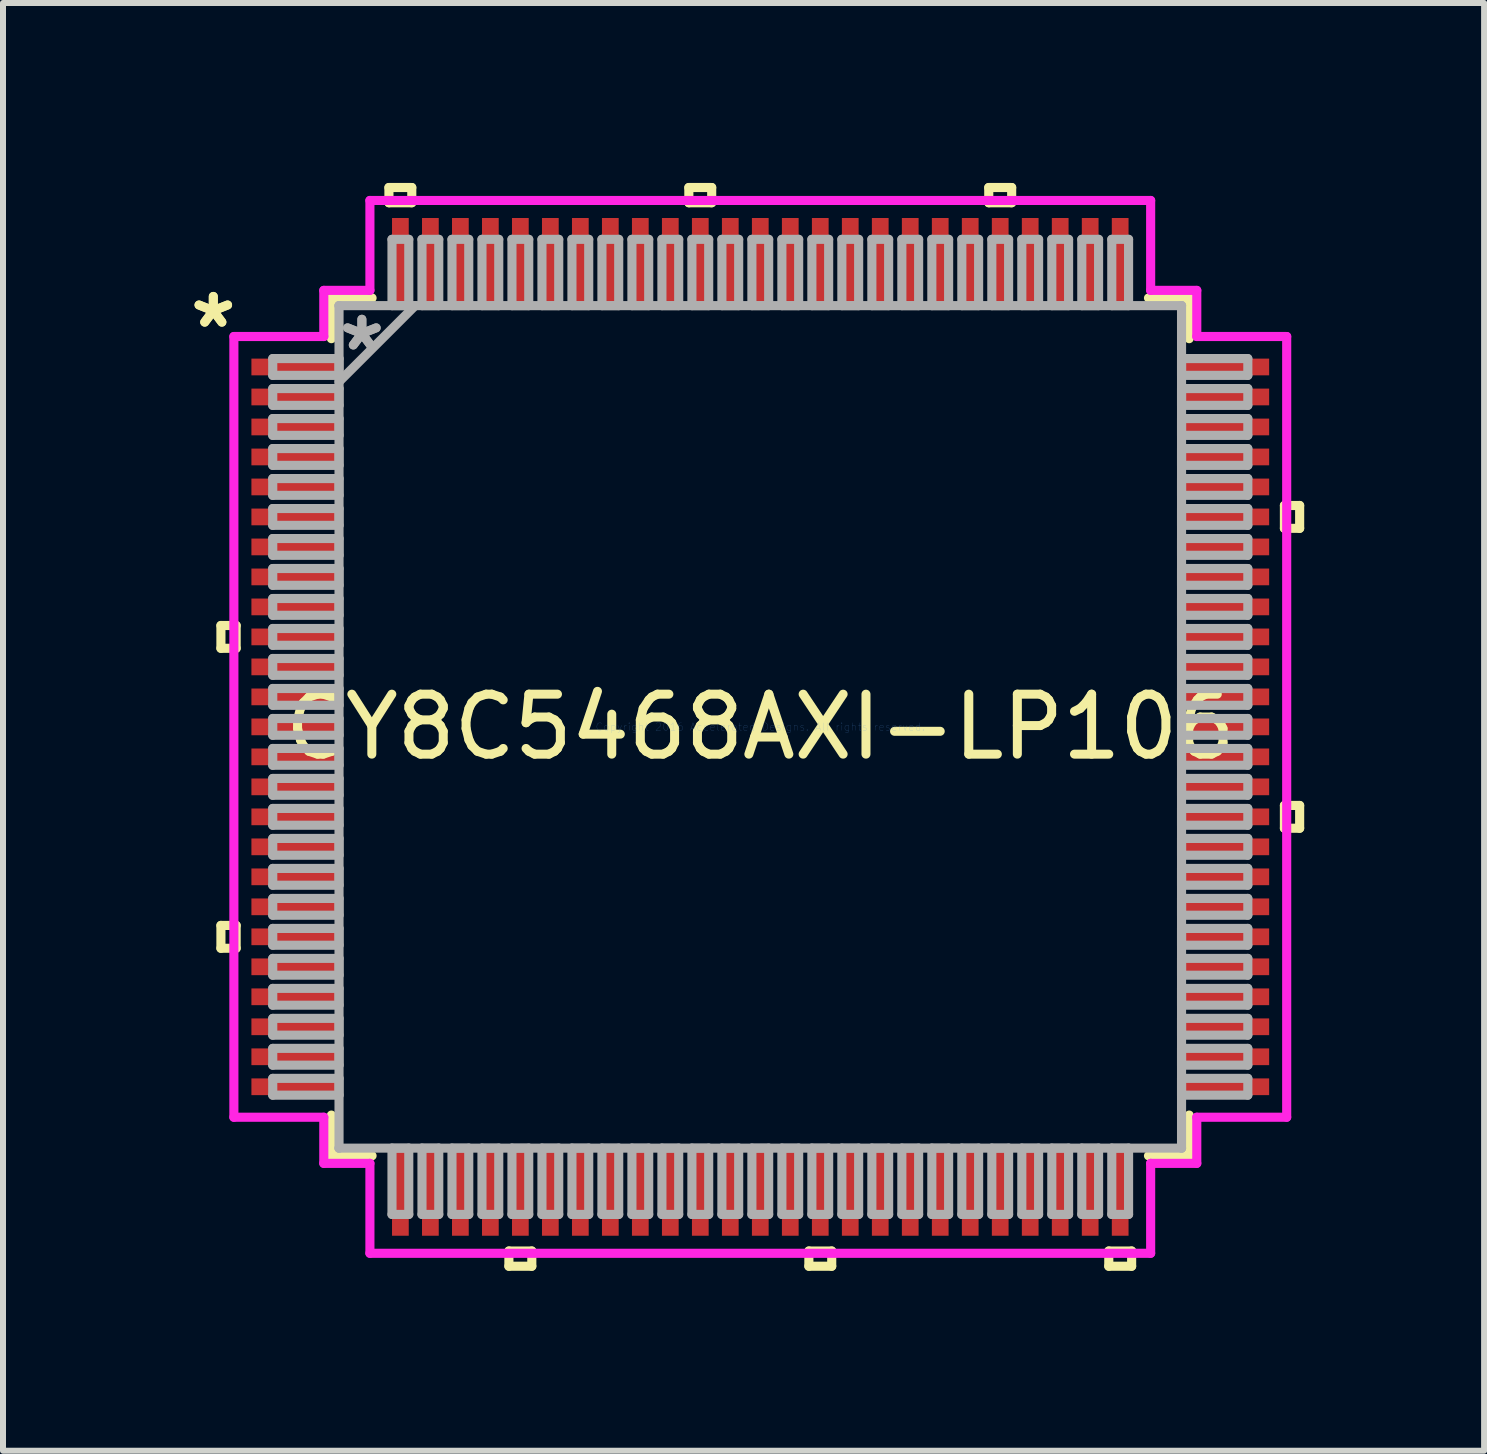
<source format=kicad_pcb>
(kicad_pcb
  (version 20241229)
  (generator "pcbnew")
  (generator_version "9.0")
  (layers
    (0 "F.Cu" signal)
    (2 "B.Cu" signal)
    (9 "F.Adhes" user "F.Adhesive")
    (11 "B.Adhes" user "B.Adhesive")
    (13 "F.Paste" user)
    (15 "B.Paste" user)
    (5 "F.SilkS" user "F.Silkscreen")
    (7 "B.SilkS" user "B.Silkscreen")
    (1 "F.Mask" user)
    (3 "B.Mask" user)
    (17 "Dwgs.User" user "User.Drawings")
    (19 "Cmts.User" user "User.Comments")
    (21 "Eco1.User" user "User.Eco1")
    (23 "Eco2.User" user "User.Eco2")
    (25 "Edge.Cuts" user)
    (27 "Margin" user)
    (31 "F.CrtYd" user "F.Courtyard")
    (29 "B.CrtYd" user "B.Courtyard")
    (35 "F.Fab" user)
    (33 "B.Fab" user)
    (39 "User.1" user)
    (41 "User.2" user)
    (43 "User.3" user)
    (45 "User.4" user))
  (footprint "CY8C5468AXI-LP106"
    (layer "F.Cu")
    (at 9.625 9.068)
    (property "Reference" "CY8C5468AXI-LP106" (at 0 0 0) (layer "F.SilkS") (effects (font (size 1 1) (thickness 0.15))))
    (attr through_hole)
    (fp_line (start -8.992 -1.69) (end -8.992 -1.31) (stroke (width 0.152) (type solid)) (layer "F.SilkS"))
    (fp_line (start -8.992 -1.31) (end -8.738 -1.31) (stroke (width 0.152) (type solid)) (layer "F.SilkS"))
    (fp_line (start -8.992 3.31) (end -8.992 3.691) (stroke (width 0.152) (type solid)) (layer "F.SilkS"))
    (fp_line (start -8.992 3.691) (end -8.738 3.691) (stroke (width 0.152) (type solid)) (layer "F.SilkS"))
    (fp_line (start -8.738 -1.69) (end -8.992 -1.69) (stroke (width 0.152) (type solid)) (layer "F.SilkS"))
    (fp_line (start -8.738 -1.31) (end -8.738 -1.69) (stroke (width 0.152) (type solid)) (layer "F.SilkS"))
    (fp_line (start -8.738 3.31) (end -8.992 3.31) (stroke (width 0.152) (type solid)) (layer "F.SilkS"))
    (fp_line (start -8.738 3.691) (end -8.738 3.31) (stroke (width 0.152) (type solid)) (layer "F.SilkS"))
    (fp_line (start -7.15 -7.15) (end -7.15 -6.472) (stroke (width 0.152) (type solid)) (layer "F.SilkS"))
    (fp_line (start -7.15 6.472) (end -7.15 7.15) (stroke (width 0.152) (type solid)) (layer "F.SilkS"))
    (fp_line (start -7.15 7.15) (end -6.472 7.15) (stroke (width 0.152) (type solid)) (layer "F.SilkS"))
    (fp_line (start -6.472 -7.15) (end -7.15 -7.15) (stroke (width 0.152) (type solid)) (layer "F.SilkS"))
    (fp_line (start -6.191 -8.992) (end -5.81 -8.992) (stroke (width 0.152) (type solid)) (layer "F.SilkS"))
    (fp_line (start -6.191 -8.738) (end -6.191 -8.992) (stroke (width 0.152) (type solid)) (layer "F.SilkS"))
    (fp_line (start -5.81 -8.992) (end -5.81 -8.738) (stroke (width 0.152) (type solid)) (layer "F.SilkS"))
    (fp_line (start -5.81 -8.738) (end -6.191 -8.738) (stroke (width 0.152) (type solid)) (layer "F.SilkS"))
    (fp_line (start -4.191 8.738) (end -4.191 8.992) (stroke (width 0.152) (type solid)) (layer "F.SilkS"))
    (fp_line (start -4.191 8.992) (end -3.809 8.992) (stroke (width 0.152) (type solid)) (layer "F.SilkS"))
    (fp_line (start -3.809 8.738) (end -4.191 8.738) (stroke (width 0.152) (type solid)) (layer "F.SilkS"))
    (fp_line (start -3.809 8.992) (end -3.809 8.738) (stroke (width 0.152) (type solid)) (layer "F.SilkS"))
    (fp_line (start -1.191 -8.992) (end -0.81 -8.992) (stroke (width 0.152) (type solid)) (layer "F.SilkS"))
    (fp_line (start -1.191 -8.738) (end -1.191 -8.992) (stroke (width 0.152) (type solid)) (layer "F.SilkS"))
    (fp_line (start -0.81 -8.992) (end -0.81 -8.738) (stroke (width 0.152) (type solid)) (layer "F.SilkS"))
    (fp_line (start -0.81 -8.738) (end -1.191 -8.738) (stroke (width 0.152) (type solid)) (layer "F.SilkS"))
    (fp_line (start 0.81 8.738) (end 0.81 8.992) (stroke (width 0.152) (type solid)) (layer "F.SilkS"))
    (fp_line (start 0.81 8.992) (end 1.191 8.992) (stroke (width 0.152) (type solid)) (layer "F.SilkS"))
    (fp_line (start 1.191 8.738) (end 0.81 8.738) (stroke (width 0.152) (type solid)) (layer "F.SilkS"))
    (fp_line (start 1.191 8.992) (end 1.191 8.738) (stroke (width 0.152) (type solid)) (layer "F.SilkS"))
    (fp_line (start 3.809 -8.992) (end 4.191 -8.992) (stroke (width 0.152) (type solid)) (layer "F.SilkS"))
    (fp_line (start 3.809 -8.738) (end 3.809 -8.992) (stroke (width 0.152) (type solid)) (layer "F.SilkS"))
    (fp_line (start 4.191 -8.992) (end 4.191 -8.738) (stroke (width 0.152) (type solid)) (layer "F.SilkS"))
    (fp_line (start 4.191 -8.738) (end 3.809 -8.738) (stroke (width 0.152) (type solid)) (layer "F.SilkS"))
    (fp_line (start 5.81 8.738) (end 5.81 8.992) (stroke (width 0.152) (type solid)) (layer "F.SilkS"))
    (fp_line (start 5.81 8.992) (end 6.191 8.992) (stroke (width 0.152) (type solid)) (layer "F.SilkS"))
    (fp_line (start 6.191 8.738) (end 5.81 8.738) (stroke (width 0.152) (type solid)) (layer "F.SilkS"))
    (fp_line (start 6.191 8.992) (end 6.191 8.738) (stroke (width 0.152) (type solid)) (layer "F.SilkS"))
    (fp_line (start 6.472 7.15) (end 7.15 7.15) (stroke (width 0.152) (type solid)) (layer "F.SilkS"))
    (fp_line (start 7.15 -7.15) (end 6.472 -7.15) (stroke (width 0.152) (type solid)) (layer "F.SilkS"))
    (fp_line (start 7.15 -6.472) (end 7.15 -7.15) (stroke (width 0.152) (type solid)) (layer "F.SilkS"))
    (fp_line (start 7.15 7.15) (end 7.15 6.472) (stroke (width 0.152) (type solid)) (layer "F.SilkS"))
    (fp_line (start 8.738 -3.691) (end 8.992 -3.691) (stroke (width 0.152) (type solid)) (layer "F.SilkS"))
    (fp_line (start 8.738 -3.31) (end 8.738 -3.691) (stroke (width 0.152) (type solid)) (layer "F.SilkS"))
    (fp_line (start 8.738 1.31) (end 8.992 1.31) (stroke (width 0.152) (type solid)) (layer "F.SilkS"))
    (fp_line (start 8.738 1.69) (end 8.738 1.31) (stroke (width 0.152) (type solid)) (layer "F.SilkS"))
    (fp_line (start 8.992 -3.691) (end 8.992 -3.31) (stroke (width 0.152) (type solid)) (layer "F.SilkS"))
    (fp_line (start 8.992 -3.31) (end 8.738 -3.31) (stroke (width 0.152) (type solid)) (layer "F.SilkS"))
    (fp_line (start 8.992 1.31) (end 8.992 1.69) (stroke (width 0.152) (type solid)) (layer "F.SilkS"))
    (fp_line (start 8.992 1.69) (end 8.738 1.69) (stroke (width 0.152) (type solid)) (layer "F.SilkS"))
    (fp_line (start -8.776 -6.508) (end -7.277 -6.508) (stroke (width 0.152) (type solid)) (layer "F.CrtYd"))
    (fp_line (start -8.776 6.508) (end -8.776 -6.508) (stroke (width 0.152) (type solid)) (layer "F.CrtYd"))
    (fp_line (start -7.277 -7.277) (end -6.508 -7.277) (stroke (width 0.152) (type solid)) (layer "F.CrtYd"))
    (fp_line (start -7.277 -6.508) (end -7.277 -7.277) (stroke (width 0.152) (type solid)) (layer "F.CrtYd"))
    (fp_line (start -7.277 6.508) (end -8.776 6.508) (stroke (width 0.152) (type solid)) (layer "F.CrtYd"))
    (fp_line (start -7.277 7.277) (end -7.277 6.508) (stroke (width 0.152) (type solid)) (layer "F.CrtYd"))
    (fp_line (start -6.508 -8.776) (end 6.508 -8.776) (stroke (width 0.152) (type solid)) (layer "F.CrtYd"))
    (fp_line (start -6.508 -7.277) (end -6.508 -8.776) (stroke (width 0.152) (type solid)) (layer "F.CrtYd"))
    (fp_line (start -6.508 7.277) (end -7.277 7.277) (stroke (width 0.152) (type solid)) (layer "F.CrtYd"))
    (fp_line (start -6.508 8.776) (end -6.508 7.277) (stroke (width 0.152) (type solid)) (layer "F.CrtYd"))
    (fp_line (start 6.508 -8.776) (end 6.508 -7.277) (stroke (width 0.152) (type solid)) (layer "F.CrtYd"))
    (fp_line (start 6.508 -7.277) (end 7.277 -7.277) (stroke (width 0.152) (type solid)) (layer "F.CrtYd"))
    (fp_line (start 6.508 7.277) (end 6.508 8.776) (stroke (width 0.152) (type solid)) (layer "F.CrtYd"))
    (fp_line (start 6.508 8.776) (end -6.508 8.776) (stroke (width 0.152) (type solid)) (layer "F.CrtYd"))
    (fp_line (start 7.277 -7.277) (end 7.277 -6.508) (stroke (width 0.152) (type solid)) (layer "F.CrtYd"))
    (fp_line (start 7.277 -6.508) (end 8.776 -6.508) (stroke (width 0.152) (type solid)) (layer "F.CrtYd"))
    (fp_line (start 7.277 6.508) (end 7.277 7.277) (stroke (width 0.152) (type solid)) (layer "F.CrtYd"))
    (fp_line (start 7.277 7.277) (end 6.508 7.277) (stroke (width 0.152) (type solid)) (layer "F.CrtYd"))
    (fp_line (start 8.776 -6.508) (end 8.776 6.508) (stroke (width 0.152) (type solid)) (layer "F.CrtYd"))
    (fp_line (start 8.776 6.508) (end 7.277 6.508) (stroke (width 0.152) (type solid)) (layer "F.CrtYd"))
    (fp_line (start -8.128 -6.14) (end -8.128 -5.86) (stroke (width 0.152) (type solid)) (layer "F.Fab"))
    (fp_line (start -8.128 -5.86) (end -7.023 -5.86) (stroke (width 0.152) (type solid)) (layer "F.Fab"))
    (fp_line (start -8.128 -5.64) (end -8.128 -5.36) (stroke (width 0.152) (type solid)) (layer "F.Fab"))
    (fp_line (start -8.128 -5.36) (end -7.023 -5.36) (stroke (width 0.152) (type solid)) (layer "F.Fab"))
    (fp_line (start -8.128 -5.14) (end -8.128 -4.86) (stroke (width 0.152) (type solid)) (layer "F.Fab"))
    (fp_line (start -8.128 -4.86) (end -7.023 -4.86) (stroke (width 0.152) (type solid)) (layer "F.Fab"))
    (fp_line (start -8.128 -4.64) (end -8.128 -4.36) (stroke (width 0.152) (type solid)) (layer "F.Fab"))
    (fp_line (start -8.128 -4.36) (end -7.023 -4.36) (stroke (width 0.152) (type solid)) (layer "F.Fab"))
    (fp_line (start -8.128 -4.14) (end -8.128 -3.86) (stroke (width 0.152) (type solid)) (layer "F.Fab"))
    (fp_line (start -8.128 -3.86) (end -7.023 -3.86) (stroke (width 0.152) (type solid)) (layer "F.Fab"))
    (fp_line (start -8.128 -3.64) (end -8.128 -3.36) (stroke (width 0.152) (type solid)) (layer "F.Fab"))
    (fp_line (start -8.128 -3.36) (end -7.023 -3.36) (stroke (width 0.152) (type solid)) (layer "F.Fab"))
    (fp_line (start -8.128 -3.14) (end -8.128 -2.86) (stroke (width 0.152) (type solid)) (layer "F.Fab"))
    (fp_line (start -8.128 -2.86) (end -7.023 -2.86) (stroke (width 0.152) (type solid)) (layer "F.Fab"))
    (fp_line (start -8.128 -2.64) (end -8.128 -2.36) (stroke (width 0.152) (type solid)) (layer "F.Fab"))
    (fp_line (start -8.128 -2.36) (end -7.023 -2.36) (stroke (width 0.152) (type solid)) (layer "F.Fab"))
    (fp_line (start -8.128 -2.14) (end -8.128 -1.86) (stroke (width 0.152) (type solid)) (layer "F.Fab"))
    (fp_line (start -8.128 -1.86) (end -7.023 -1.86) (stroke (width 0.152) (type solid)) (layer "F.Fab"))
    (fp_line (start -8.128 -1.64) (end -8.128 -1.36) (stroke (width 0.152) (type solid)) (layer "F.Fab"))
    (fp_line (start -8.128 -1.36) (end -7.023 -1.36) (stroke (width 0.152) (type solid)) (layer "F.Fab"))
    (fp_line (start -8.128 -1.14) (end -8.128 -0.86) (stroke (width 0.152) (type solid)) (layer "F.Fab"))
    (fp_line (start -8.128 -0.86) (end -7.023 -0.86) (stroke (width 0.152) (type solid)) (layer "F.Fab"))
    (fp_line (start -8.128 -0.64) (end -8.128 -0.36) (stroke (width 0.152) (type solid)) (layer "F.Fab"))
    (fp_line (start -8.128 -0.36) (end -7.023 -0.36) (stroke (width 0.152) (type solid)) (layer "F.Fab"))
    (fp_line (start -8.128 -0.14) (end -8.128 0.14) (stroke (width 0.152) (type solid)) (layer "F.Fab"))
    (fp_line (start -8.128 0.14) (end -7.023 0.14) (stroke (width 0.152) (type solid)) (layer "F.Fab"))
    (fp_line (start -8.128 0.36) (end -8.128 0.64) (stroke (width 0.152) (type solid)) (layer "F.Fab"))
    (fp_line (start -8.128 0.64) (end -7.023 0.64) (stroke (width 0.152) (type solid)) (layer "F.Fab"))
    (fp_line (start -8.128 0.86) (end -8.128 1.14) (stroke (width 0.152) (type solid)) (layer "F.Fab"))
    (fp_line (start -8.128 1.14) (end -7.023 1.14) (stroke (width 0.152) (type solid)) (layer "F.Fab"))
    (fp_line (start -8.128 1.36) (end -8.128 1.64) (stroke (width 0.152) (type solid)) (layer "F.Fab"))
    (fp_line (start -8.128 1.64) (end -7.023 1.64) (stroke (width 0.152) (type solid)) (layer "F.Fab"))
    (fp_line (start -8.128 1.86) (end -8.128 2.14) (stroke (width 0.152) (type solid)) (layer "F.Fab"))
    (fp_line (start -8.128 2.14) (end -7.023 2.14) (stroke (width 0.152) (type solid)) (layer "F.Fab"))
    (fp_line (start -8.128 2.36) (end -8.128 2.64) (stroke (width 0.152) (type solid)) (layer "F.Fab"))
    (fp_line (start -8.128 2.64) (end -7.023 2.64) (stroke (width 0.152) (type solid)) (layer "F.Fab"))
    (fp_line (start -8.128 2.86) (end -8.128 3.14) (stroke (width 0.152) (type solid)) (layer "F.Fab"))
    (fp_line (start -8.128 3.14) (end -7.023 3.14) (stroke (width 0.152) (type solid)) (layer "F.Fab"))
    (fp_line (start -8.128 3.36) (end -8.128 3.64) (stroke (width 0.152) (type solid)) (layer "F.Fab"))
    (fp_line (start -8.128 3.64) (end -7.023 3.64) (stroke (width 0.152) (type solid)) (layer "F.Fab"))
    (fp_line (start -8.128 3.86) (end -8.128 4.14) (stroke (width 0.152) (type solid)) (layer "F.Fab"))
    (fp_line (start -8.128 4.14) (end -7.023 4.14) (stroke (width 0.152) (type solid)) (layer "F.Fab"))
    (fp_line (start -8.128 4.36) (end -8.128 4.64) (stroke (width 0.152) (type solid)) (layer "F.Fab"))
    (fp_line (start -8.128 4.64) (end -7.023 4.64) (stroke (width 0.152) (type solid)) (layer "F.Fab"))
    (fp_line (start -8.128 4.86) (end -8.128 5.14) (stroke (width 0.152) (type solid)) (layer "F.Fab"))
    (fp_line (start -8.128 5.14) (end -7.023 5.14) (stroke (width 0.152) (type solid)) (layer "F.Fab"))
    (fp_line (start -8.128 5.36) (end -8.128 5.64) (stroke (width 0.152) (type solid)) (layer "F.Fab"))
    (fp_line (start -8.128 5.64) (end -7.023 5.64) (stroke (width 0.152) (type solid)) (layer "F.Fab"))
    (fp_line (start -8.128 5.86) (end -8.128 6.14) (stroke (width 0.152) (type solid)) (layer "F.Fab"))
    (fp_line (start -8.128 6.14) (end -7.023 6.14) (stroke (width 0.152) (type solid)) (layer "F.Fab"))
    (fp_line (start -7.023 -7.023) (end -7.023 -7.023) (stroke (width 0.152) (type solid)) (layer "F.Fab"))
    (fp_line (start -7.023 -7.023) (end -7.023 7.023) (stroke (width 0.152) (type solid)) (layer "F.Fab"))
    (fp_line (start -7.023 -6.14) (end -8.128 -6.14) (stroke (width 0.152) (type solid)) (layer "F.Fab"))
    (fp_line (start -7.023 -5.86) (end -7.023 -6.14) (stroke (width 0.152) (type solid)) (layer "F.Fab"))
    (fp_line (start -7.023 -5.753) (end -5.753 -7.023) (stroke (width 0.152) (type solid)) (layer "F.Fab"))
    (fp_line (start -7.023 -5.64) (end -8.128 -5.64) (stroke (width 0.152) (type solid)) (layer "F.Fab"))
    (fp_line (start -7.023 -5.36) (end -7.023 -5.64) (stroke (width 0.152) (type solid)) (layer "F.Fab"))
    (fp_line (start -7.023 -5.14) (end -8.128 -5.14) (stroke (width 0.152) (type solid)) (layer "F.Fab"))
    (fp_line (start -7.023 -4.86) (end -7.023 -5.14) (stroke (width 0.152) (type solid)) (layer "F.Fab"))
    (fp_line (start -7.023 -4.64) (end -8.128 -4.64) (stroke (width 0.152) (type solid)) (layer "F.Fab"))
    (fp_line (start -7.023 -4.36) (end -7.023 -4.64) (stroke (width 0.152) (type solid)) (layer "F.Fab"))
    (fp_line (start -7.023 -4.14) (end -8.128 -4.14) (stroke (width 0.152) (type solid)) (layer "F.Fab"))
    (fp_line (start -7.023 -3.86) (end -7.023 -4.14) (stroke (width 0.152) (type solid)) (layer "F.Fab"))
    (fp_line (start -7.023 -3.64) (end -8.128 -3.64) (stroke (width 0.152) (type solid)) (layer "F.Fab"))
    (fp_line (start -7.023 -3.36) (end -7.023 -3.64) (stroke (width 0.152) (type solid)) (layer "F.Fab"))
    (fp_line (start -7.023 -3.14) (end -8.128 -3.14) (stroke (width 0.152) (type solid)) (layer "F.Fab"))
    (fp_line (start -7.023 -2.86) (end -7.023 -3.14) (stroke (width 0.152) (type solid)) (layer "F.Fab"))
    (fp_line (start -7.023 -2.64) (end -8.128 -2.64) (stroke (width 0.152) (type solid)) (layer "F.Fab"))
    (fp_line (start -7.023 -2.36) (end -7.023 -2.64) (stroke (width 0.152) (type solid)) (layer "F.Fab"))
    (fp_line (start -7.023 -2.14) (end -8.128 -2.14) (stroke (width 0.152) (type solid)) (layer "F.Fab"))
    (fp_line (start -7.023 -1.86) (end -7.023 -2.14) (stroke (width 0.152) (type solid)) (layer "F.Fab"))
    (fp_line (start -7.023 -1.64) (end -8.128 -1.64) (stroke (width 0.152) (type solid)) (layer "F.Fab"))
    (fp_line (start -7.023 -1.36) (end -7.023 -1.64) (stroke (width 0.152) (type solid)) (layer "F.Fab"))
    (fp_line (start -7.023 -1.14) (end -8.128 -1.14) (stroke (width 0.152) (type solid)) (layer "F.Fab"))
    (fp_line (start -7.023 -0.86) (end -7.023 -1.14) (stroke (width 0.152) (type solid)) (layer "F.Fab"))
    (fp_line (start -7.023 -0.64) (end -8.128 -0.64) (stroke (width 0.152) (type solid)) (layer "F.Fab"))
    (fp_line (start -7.023 -0.36) (end -7.023 -0.64) (stroke (width 0.152) (type solid)) (layer "F.Fab"))
    (fp_line (start -7.023 -0.14) (end -8.128 -0.14) (stroke (width 0.152) (type solid)) (layer "F.Fab"))
    (fp_line (start -7.023 0.14) (end -7.023 -0.14) (stroke (width 0.152) (type solid)) (layer "F.Fab"))
    (fp_line (start -7.023 0.36) (end -8.128 0.36) (stroke (width 0.152) (type solid)) (layer "F.Fab"))
    (fp_line (start -7.023 0.64) (end -7.023 0.36) (stroke (width 0.152) (type solid)) (layer "F.Fab"))
    (fp_line (start -7.023 0.86) (end -8.128 0.86) (stroke (width 0.152) (type solid)) (layer "F.Fab"))
    (fp_line (start -7.023 1.14) (end -7.023 0.86) (stroke (width 0.152) (type solid)) (layer "F.Fab"))
    (fp_line (start -7.023 1.36) (end -8.128 1.36) (stroke (width 0.152) (type solid)) (layer "F.Fab"))
    (fp_line (start -7.023 1.64) (end -7.023 1.36) (stroke (width 0.152) (type solid)) (layer "F.Fab"))
    (fp_line (start -7.023 1.86) (end -8.128 1.86) (stroke (width 0.152) (type solid)) (layer "F.Fab"))
    (fp_line (start -7.023 2.14) (end -7.023 1.86) (stroke (width 0.152) (type solid)) (layer "F.Fab"))
    (fp_line (start -7.023 2.36) (end -8.128 2.36) (stroke (width 0.152) (type solid)) (layer "F.Fab"))
    (fp_line (start -7.023 2.64) (end -7.023 2.36) (stroke (width 0.152) (type solid)) (layer "F.Fab"))
    (fp_line (start -7.023 2.86) (end -8.128 2.86) (stroke (width 0.152) (type solid)) (layer "F.Fab"))
    (fp_line (start -7.023 3.14) (end -7.023 2.86) (stroke (width 0.152) (type solid)) (layer "F.Fab"))
    (fp_line (start -7.023 3.36) (end -8.128 3.36) (stroke (width 0.152) (type solid)) (layer "F.Fab"))
    (fp_line (start -7.023 3.64) (end -7.023 3.36) (stroke (width 0.152) (type solid)) (layer "F.Fab"))
    (fp_line (start -7.023 3.86) (end -8.128 3.86) (stroke (width 0.152) (type solid)) (layer "F.Fab"))
    (fp_line (start -7.023 4.14) (end -7.023 3.86) (stroke (width 0.152) (type solid)) (layer "F.Fab"))
    (fp_line (start -7.023 4.36) (end -8.128 4.36) (stroke (width 0.152) (type solid)) (layer "F.Fab"))
    (fp_line (start -7.023 4.64) (end -7.023 4.36) (stroke (width 0.152) (type solid)) (layer "F.Fab"))
    (fp_line (start -7.023 4.86) (end -8.128 4.86) (stroke (width 0.152) (type solid)) (layer "F.Fab"))
    (fp_line (start -7.023 5.14) (end -7.023 4.86) (stroke (width 0.152) (type solid)) (layer "F.Fab"))
    (fp_line (start -7.023 5.36) (end -8.128 5.36) (stroke (width 0.152) (type solid)) (layer "F.Fab"))
    (fp_line (start -7.023 5.64) (end -7.023 5.36) (stroke (width 0.152) (type solid)) (layer "F.Fab"))
    (fp_line (start -7.023 5.86) (end -8.128 5.86) (stroke (width 0.152) (type solid)) (layer "F.Fab"))
    (fp_line (start -7.023 6.14) (end -7.023 5.86) (stroke (width 0.152) (type solid)) (layer "F.Fab"))
    (fp_line (start -7.023 7.023) (end -7.023 7.023) (stroke (width 0.152) (type solid)) (layer "F.Fab"))
    (fp_line (start -7.023 7.023) (end 7.023 7.023) (stroke (width 0.152) (type solid)) (layer "F.Fab"))
    (fp_line (start -6.14 -8.128) (end -6.14 -7.023) (stroke (width 0.152) (type solid)) (layer "F.Fab"))
    (fp_line (start -6.14 -7.023) (end -5.86 -7.023) (stroke (width 0.152) (type solid)) (layer "F.Fab"))
    (fp_line (start -6.14 7.023) (end -6.14 8.128) (stroke (width 0.152) (type solid)) (layer "F.Fab"))
    (fp_line (start -6.14 8.128) (end -5.86 8.128) (stroke (width 0.152) (type solid)) (layer "F.Fab"))
    (fp_line (start -5.86 -8.128) (end -6.14 -8.128) (stroke (width 0.152) (type solid)) (layer "F.Fab"))
    (fp_line (start -5.86 -7.023) (end -5.86 -8.128) (stroke (width 0.152) (type solid)) (layer "F.Fab"))
    (fp_line (start -5.86 7.023) (end -6.14 7.023) (stroke (width 0.152) (type solid)) (layer "F.Fab"))
    (fp_line (start -5.86 8.128) (end -5.86 7.023) (stroke (width 0.152) (type solid)) (layer "F.Fab"))
    (fp_line (start -5.64 -8.128) (end -5.64 -7.023) (stroke (width 0.152) (type solid)) (layer "F.Fab"))
    (fp_line (start -5.64 -7.023) (end -5.36 -7.023) (stroke (width 0.152) (type solid)) (layer "F.Fab"))
    (fp_line (start -5.64 7.023) (end -5.64 8.128) (stroke (width 0.152) (type solid)) (layer "F.Fab"))
    (fp_line (start -5.64 8.128) (end -5.36 8.128) (stroke (width 0.152) (type solid)) (layer "F.Fab"))
    (fp_line (start -5.36 -8.128) (end -5.64 -8.128) (stroke (width 0.152) (type solid)) (layer "F.Fab"))
    (fp_line (start -5.36 -7.023) (end -5.36 -8.128) (stroke (width 0.152) (type solid)) (layer "F.Fab"))
    (fp_line (start -5.36 7.023) (end -5.64 7.023) (stroke (width 0.152) (type solid)) (layer "F.Fab"))
    (fp_line (start -5.36 8.128) (end -5.36 7.023) (stroke (width 0.152) (type solid)) (layer "F.Fab"))
    (fp_line (start -5.14 -8.128) (end -5.14 -7.023) (stroke (width 0.152) (type solid)) (layer "F.Fab"))
    (fp_line (start -5.14 -7.023) (end -4.86 -7.023) (stroke (width 0.152) (type solid)) (layer "F.Fab"))
    (fp_line (start -5.14 7.023) (end -5.14 8.128) (stroke (width 0.152) (type solid)) (layer "F.Fab"))
    (fp_line (start -5.14 8.128) (end -4.86 8.128) (stroke (width 0.152) (type solid)) (layer "F.Fab"))
    (fp_line (start -4.86 -8.128) (end -5.14 -8.128) (stroke (width 0.152) (type solid)) (layer "F.Fab"))
    (fp_line (start -4.86 -7.023) (end -4.86 -8.128) (stroke (width 0.152) (type solid)) (layer "F.Fab"))
    (fp_line (start -4.86 7.023) (end -5.14 7.023) (stroke (width 0.152) (type solid)) (layer "F.Fab"))
    (fp_line (start -4.86 8.128) (end -4.86 7.023) (stroke (width 0.152) (type solid)) (layer "F.Fab"))
    (fp_line (start -4.64 -8.128) (end -4.64 -7.023) (stroke (width 0.152) (type solid)) (layer "F.Fab"))
    (fp_line (start -4.64 -7.023) (end -4.36 -7.023) (stroke (width 0.152) (type solid)) (layer "F.Fab"))
    (fp_line (start -4.64 7.023) (end -4.64 8.128) (stroke (width 0.152) (type solid)) (layer "F.Fab"))
    (fp_line (start -4.64 8.128) (end -4.36 8.128) (stroke (width 0.152) (type solid)) (layer "F.Fab"))
    (fp_line (start -4.36 -8.128) (end -4.64 -8.128) (stroke (width 0.152) (type solid)) (layer "F.Fab"))
    (fp_line (start -4.36 -7.023) (end -4.36 -8.128) (stroke (width 0.152) (type solid)) (layer "F.Fab"))
    (fp_line (start -4.36 7.023) (end -4.64 7.023) (stroke (width 0.152) (type solid)) (layer "F.Fab"))
    (fp_line (start -4.36 8.128) (end -4.36 7.023) (stroke (width 0.152) (type solid)) (layer "F.Fab"))
    (fp_line (start -4.14 -8.128) (end -4.14 -7.023) (stroke (width 0.152) (type solid)) (layer "F.Fab"))
    (fp_line (start -4.14 -7.023) (end -3.86 -7.023) (stroke (width 0.152) (type solid)) (layer "F.Fab"))
    (fp_line (start -4.14 7.023) (end -4.14 8.128) (stroke (width 0.152) (type solid)) (layer "F.Fab"))
    (fp_line (start -4.14 8.128) (end -3.86 8.128) (stroke (width 0.152) (type solid)) (layer "F.Fab"))
    (fp_line (start -3.86 -8.128) (end -4.14 -8.128) (stroke (width 0.152) (type solid)) (layer "F.Fab"))
    (fp_line (start -3.86 -7.023) (end -3.86 -8.128) (stroke (width 0.152) (type solid)) (layer "F.Fab"))
    (fp_line (start -3.86 7.023) (end -4.14 7.023) (stroke (width 0.152) (type solid)) (layer "F.Fab"))
    (fp_line (start -3.86 8.128) (end -3.86 7.023) (stroke (width 0.152) (type solid)) (layer "F.Fab"))
    (fp_line (start -3.64 -8.128) (end -3.64 -7.023) (stroke (width 0.152) (type solid)) (layer "F.Fab"))
    (fp_line (start -3.64 -7.023) (end -3.36 -7.023) (stroke (width 0.152) (type solid)) (layer "F.Fab"))
    (fp_line (start -3.64 7.023) (end -3.64 8.128) (stroke (width 0.152) (type solid)) (layer "F.Fab"))
    (fp_line (start -3.64 8.128) (end -3.36 8.128) (stroke (width 0.152) (type solid)) (layer "F.Fab"))
    (fp_line (start -3.36 -8.128) (end -3.64 -8.128) (stroke (width 0.152) (type solid)) (layer "F.Fab"))
    (fp_line (start -3.36 -7.023) (end -3.36 -8.128) (stroke (width 0.152) (type solid)) (layer "F.Fab"))
    (fp_line (start -3.36 7.023) (end -3.64 7.023) (stroke (width 0.152) (type solid)) (layer "F.Fab"))
    (fp_line (start -3.36 8.128) (end -3.36 7.023) (stroke (width 0.152) (type solid)) (layer "F.Fab"))
    (fp_line (start -3.14 -8.128) (end -3.14 -7.023) (stroke (width 0.152) (type solid)) (layer "F.Fab"))
    (fp_line (start -3.14 -7.023) (end -2.86 -7.023) (stroke (width 0.152) (type solid)) (layer "F.Fab"))
    (fp_line (start -3.14 7.023) (end -3.14 8.128) (stroke (width 0.152) (type solid)) (layer "F.Fab"))
    (fp_line (start -3.14 8.128) (end -2.86 8.128) (stroke (width 0.152) (type solid)) (layer "F.Fab"))
    (fp_line (start -2.86 -8.128) (end -3.14 -8.128) (stroke (width 0.152) (type solid)) (layer "F.Fab"))
    (fp_line (start -2.86 -7.023) (end -2.86 -8.128) (stroke (width 0.152) (type solid)) (layer "F.Fab"))
    (fp_line (start -2.86 7.023) (end -3.14 7.023) (stroke (width 0.152) (type solid)) (layer "F.Fab"))
    (fp_line (start -2.86 8.128) (end -2.86 7.023) (stroke (width 0.152) (type solid)) (layer "F.Fab"))
    (fp_line (start -2.64 -8.128) (end -2.64 -7.023) (stroke (width 0.152) (type solid)) (layer "F.Fab"))
    (fp_line (start -2.64 -7.023) (end -2.36 -7.023) (stroke (width 0.152) (type solid)) (layer "F.Fab"))
    (fp_line (start -2.64 7.023) (end -2.64 8.128) (stroke (width 0.152) (type solid)) (layer "F.Fab"))
    (fp_line (start -2.64 8.128) (end -2.36 8.128) (stroke (width 0.152) (type solid)) (layer "F.Fab"))
    (fp_line (start -2.36 -8.128) (end -2.64 -8.128) (stroke (width 0.152) (type solid)) (layer "F.Fab"))
    (fp_line (start -2.36 -7.023) (end -2.36 -8.128) (stroke (width 0.152) (type solid)) (layer "F.Fab"))
    (fp_line (start -2.36 7.023) (end -2.64 7.023) (stroke (width 0.152) (type solid)) (layer "F.Fab"))
    (fp_line (start -2.36 8.128) (end -2.36 7.023) (stroke (width 0.152) (type solid)) (layer "F.Fab"))
    (fp_line (start -2.14 -8.128) (end -2.14 -7.023) (stroke (width 0.152) (type solid)) (layer "F.Fab"))
    (fp_line (start -2.14 -7.023) (end -1.86 -7.023) (stroke (width 0.152) (type solid)) (layer "F.Fab"))
    (fp_line (start -2.14 7.023) (end -2.14 8.128) (stroke (width 0.152) (type solid)) (layer "F.Fab"))
    (fp_line (start -2.14 8.128) (end -1.86 8.128) (stroke (width 0.152) (type solid)) (layer "F.Fab"))
    (fp_line (start -1.86 -8.128) (end -2.14 -8.128) (stroke (width 0.152) (type solid)) (layer "F.Fab"))
    (fp_line (start -1.86 -7.023) (end -1.86 -8.128) (stroke (width 0.152) (type solid)) (layer "F.Fab"))
    (fp_line (start -1.86 7.023) (end -2.14 7.023) (stroke (width 0.152) (type solid)) (layer "F.Fab"))
    (fp_line (start -1.86 8.128) (end -1.86 7.023) (stroke (width 0.152) (type solid)) (layer "F.Fab"))
    (fp_line (start -1.64 -8.128) (end -1.64 -7.023) (stroke (width 0.152) (type solid)) (layer "F.Fab"))
    (fp_line (start -1.64 -7.023) (end -1.36 -7.023) (stroke (width 0.152) (type solid)) (layer "F.Fab"))
    (fp_line (start -1.64 7.023) (end -1.64 8.128) (stroke (width 0.152) (type solid)) (layer "F.Fab"))
    (fp_line (start -1.64 8.128) (end -1.36 8.128) (stroke (width 0.152) (type solid)) (layer "F.Fab"))
    (fp_line (start -1.36 -8.128) (end -1.64 -8.128) (stroke (width 0.152) (type solid)) (layer "F.Fab"))
    (fp_line (start -1.36 -7.023) (end -1.36 -8.128) (stroke (width 0.152) (type solid)) (layer "F.Fab"))
    (fp_line (start -1.36 7.023) (end -1.64 7.023) (stroke (width 0.152) (type solid)) (layer "F.Fab"))
    (fp_line (start -1.36 8.128) (end -1.36 7.023) (stroke (width 0.152) (type solid)) (layer "F.Fab"))
    (fp_line (start -1.14 -8.128) (end -1.14 -7.023) (stroke (width 0.152) (type solid)) (layer "F.Fab"))
    (fp_line (start -1.14 -7.023) (end -0.86 -7.023) (stroke (width 0.152) (type solid)) (layer "F.Fab"))
    (fp_line (start -1.14 7.023) (end -1.14 8.128) (stroke (width 0.152) (type solid)) (layer "F.Fab"))
    (fp_line (start -1.14 8.128) (end -0.86 8.128) (stroke (width 0.152) (type solid)) (layer "F.Fab"))
    (fp_line (start -0.86 -8.128) (end -1.14 -8.128) (stroke (width 0.152) (type solid)) (layer "F.Fab"))
    (fp_line (start -0.86 -7.023) (end -0.86 -8.128) (stroke (width 0.152) (type solid)) (layer "F.Fab"))
    (fp_line (start -0.86 7.023) (end -1.14 7.023) (stroke (width 0.152) (type solid)) (layer "F.Fab"))
    (fp_line (start -0.86 8.128) (end -0.86 7.023) (stroke (width 0.152) (type solid)) (layer "F.Fab"))
    (fp_line (start -0.64 -8.128) (end -0.64 -7.023) (stroke (width 0.152) (type solid)) (layer "F.Fab"))
    (fp_line (start -0.64 -7.023) (end -0.36 -7.023) (stroke (width 0.152) (type solid)) (layer "F.Fab"))
    (fp_line (start -0.64 7.023) (end -0.64 8.128) (stroke (width 0.152) (type solid)) (layer "F.Fab"))
    (fp_line (start -0.64 8.128) (end -0.36 8.128) (stroke (width 0.152) (type solid)) (layer "F.Fab"))
    (fp_line (start -0.36 -8.128) (end -0.64 -8.128) (stroke (width 0.152) (type solid)) (layer "F.Fab"))
    (fp_line (start -0.36 -7.023) (end -0.36 -8.128) (stroke (width 0.152) (type solid)) (layer "F.Fab"))
    (fp_line (start -0.36 7.023) (end -0.64 7.023) (stroke (width 0.152) (type solid)) (layer "F.Fab"))
    (fp_line (start -0.36 8.128) (end -0.36 7.023) (stroke (width 0.152) (type solid)) (layer "F.Fab"))
    (fp_line (start -0.14 -8.128) (end -0.14 -7.023) (stroke (width 0.152) (type solid)) (layer "F.Fab"))
    (fp_line (start -0.14 -7.023) (end 0.14 -7.023) (stroke (width 0.152) (type solid)) (layer "F.Fab"))
    (fp_line (start -0.14 7.023) (end -0.14 8.128) (stroke (width 0.152) (type solid)) (layer "F.Fab"))
    (fp_line (start -0.14 8.128) (end 0.14 8.128) (stroke (width 0.152) (type solid)) (layer "F.Fab"))
    (fp_line (start 0.14 -8.128) (end -0.14 -8.128) (stroke (width 0.152) (type solid)) (layer "F.Fab"))
    (fp_line (start 0.14 -7.023) (end 0.14 -8.128) (stroke (width 0.152) (type solid)) (layer "F.Fab"))
    (fp_line (start 0.14 7.023) (end -0.14 7.023) (stroke (width 0.152) (type solid)) (layer "F.Fab"))
    (fp_line (start 0.14 8.128) (end 0.14 7.023) (stroke (width 0.152) (type solid)) (layer "F.Fab"))
    (fp_line (start 0.36 -8.128) (end 0.36 -7.023) (stroke (width 0.152) (type solid)) (layer "F.Fab"))
    (fp_line (start 0.36 -7.023) (end 0.64 -7.023) (stroke (width 0.152) (type solid)) (layer "F.Fab"))
    (fp_line (start 0.36 7.023) (end 0.36 8.128) (stroke (width 0.152) (type solid)) (layer "F.Fab"))
    (fp_line (start 0.36 8.128) (end 0.64 8.128) (stroke (width 0.152) (type solid)) (layer "F.Fab"))
    (fp_line (start 0.64 -8.128) (end 0.36 -8.128) (stroke (width 0.152) (type solid)) (layer "F.Fab"))
    (fp_line (start 0.64 -7.023) (end 0.64 -8.128) (stroke (width 0.152) (type solid)) (layer "F.Fab"))
    (fp_line (start 0.64 7.023) (end 0.36 7.023) (stroke (width 0.152) (type solid)) (layer "F.Fab"))
    (fp_line (start 0.64 8.128) (end 0.64 7.023) (stroke (width 0.152) (type solid)) (layer "F.Fab"))
    (fp_line (start 0.86 -8.128) (end 0.86 -7.023) (stroke (width 0.152) (type solid)) (layer "F.Fab"))
    (fp_line (start 0.86 -7.023) (end 1.14 -7.023) (stroke (width 0.152) (type solid)) (layer "F.Fab"))
    (fp_line (start 0.86 7.023) (end 0.86 8.128) (stroke (width 0.152) (type solid)) (layer "F.Fab"))
    (fp_line (start 0.86 8.128) (end 1.14 8.128) (stroke (width 0.152) (type solid)) (layer "F.Fab"))
    (fp_line (start 1.14 -8.128) (end 0.86 -8.128) (stroke (width 0.152) (type solid)) (layer "F.Fab"))
    (fp_line (start 1.14 -7.023) (end 1.14 -8.128) (stroke (width 0.152) (type solid)) (layer "F.Fab"))
    (fp_line (start 1.14 7.023) (end 0.86 7.023) (stroke (width 0.152) (type solid)) (layer "F.Fab"))
    (fp_line (start 1.14 8.128) (end 1.14 7.023) (stroke (width 0.152) (type solid)) (layer "F.Fab"))
    (fp_line (start 1.36 -8.128) (end 1.36 -7.023) (stroke (width 0.152) (type solid)) (layer "F.Fab"))
    (fp_line (start 1.36 -7.023) (end 1.64 -7.023) (stroke (width 0.152) (type solid)) (layer "F.Fab"))
    (fp_line (start 1.36 7.023) (end 1.36 8.128) (stroke (width 0.152) (type solid)) (layer "F.Fab"))
    (fp_line (start 1.36 8.128) (end 1.64 8.128) (stroke (width 0.152) (type solid)) (layer "F.Fab"))
    (fp_line (start 1.64 -8.128) (end 1.36 -8.128) (stroke (width 0.152) (type solid)) (layer "F.Fab"))
    (fp_line (start 1.64 -7.023) (end 1.64 -8.128) (stroke (width 0.152) (type solid)) (layer "F.Fab"))
    (fp_line (start 1.64 7.023) (end 1.36 7.023) (stroke (width 0.152) (type solid)) (layer "F.Fab"))
    (fp_line (start 1.64 8.128) (end 1.64 7.023) (stroke (width 0.152) (type solid)) (layer "F.Fab"))
    (fp_line (start 1.86 -8.128) (end 1.86 -7.023) (stroke (width 0.152) (type solid)) (layer "F.Fab"))
    (fp_line (start 1.86 -7.023) (end 2.14 -7.023) (stroke (width 0.152) (type solid)) (layer "F.Fab"))
    (fp_line (start 1.86 7.023) (end 1.86 8.128) (stroke (width 0.152) (type solid)) (layer "F.Fab"))
    (fp_line (start 1.86 8.128) (end 2.14 8.128) (stroke (width 0.152) (type solid)) (layer "F.Fab"))
    (fp_line (start 2.14 -8.128) (end 1.86 -8.128) (stroke (width 0.152) (type solid)) (layer "F.Fab"))
    (fp_line (start 2.14 -7.023) (end 2.14 -8.128) (stroke (width 0.152) (type solid)) (layer "F.Fab"))
    (fp_line (start 2.14 7.023) (end 1.86 7.023) (stroke (width 0.152) (type solid)) (layer "F.Fab"))
    (fp_line (start 2.14 8.128) (end 2.14 7.023) (stroke (width 0.152) (type solid)) (layer "F.Fab"))
    (fp_line (start 2.36 -8.128) (end 2.36 -7.023) (stroke (width 0.152) (type solid)) (layer "F.Fab"))
    (fp_line (start 2.36 -7.023) (end 2.64 -7.023) (stroke (width 0.152) (type solid)) (layer "F.Fab"))
    (fp_line (start 2.36 7.023) (end 2.36 8.128) (stroke (width 0.152) (type solid)) (layer "F.Fab"))
    (fp_line (start 2.36 8.128) (end 2.64 8.128) (stroke (width 0.152) (type solid)) (layer "F.Fab"))
    (fp_line (start 2.64 -8.128) (end 2.36 -8.128) (stroke (width 0.152) (type solid)) (layer "F.Fab"))
    (fp_line (start 2.64 -7.023) (end 2.64 -8.128) (stroke (width 0.152) (type solid)) (layer "F.Fab"))
    (fp_line (start 2.64 7.023) (end 2.36 7.023) (stroke (width 0.152) (type solid)) (layer "F.Fab"))
    (fp_line (start 2.64 8.128) (end 2.64 7.023) (stroke (width 0.152) (type solid)) (layer "F.Fab"))
    (fp_line (start 2.86 -8.128) (end 2.86 -7.023) (stroke (width 0.152) (type solid)) (layer "F.Fab"))
    (fp_line (start 2.86 -7.023) (end 3.14 -7.023) (stroke (width 0.152) (type solid)) (layer "F.Fab"))
    (fp_line (start 2.86 7.023) (end 2.86 8.128) (stroke (width 0.152) (type solid)) (layer "F.Fab"))
    (fp_line (start 2.86 8.128) (end 3.14 8.128) (stroke (width 0.152) (type solid)) (layer "F.Fab"))
    (fp_line (start 3.14 -8.128) (end 2.86 -8.128) (stroke (width 0.152) (type solid)) (layer "F.Fab"))
    (fp_line (start 3.14 -7.023) (end 3.14 -8.128) (stroke (width 0.152) (type solid)) (layer "F.Fab"))
    (fp_line (start 3.14 7.023) (end 2.86 7.023) (stroke (width 0.152) (type solid)) (layer "F.Fab"))
    (fp_line (start 3.14 8.128) (end 3.14 7.023) (stroke (width 0.152) (type solid)) (layer "F.Fab"))
    (fp_line (start 3.36 -8.128) (end 3.36 -7.023) (stroke (width 0.152) (type solid)) (layer "F.Fab"))
    (fp_line (start 3.36 -7.023) (end 3.64 -7.023) (stroke (width 0.152) (type solid)) (layer "F.Fab"))
    (fp_line (start 3.36 7.023) (end 3.36 8.128) (stroke (width 0.152) (type solid)) (layer "F.Fab"))
    (fp_line (start 3.36 8.128) (end 3.64 8.128) (stroke (width 0.152) (type solid)) (layer "F.Fab"))
    (fp_line (start 3.64 -8.128) (end 3.36 -8.128) (stroke (width 0.152) (type solid)) (layer "F.Fab"))
    (fp_line (start 3.64 -7.023) (end 3.64 -8.128) (stroke (width 0.152) (type solid)) (layer "F.Fab"))
    (fp_line (start 3.64 7.023) (end 3.36 7.023) (stroke (width 0.152) (type solid)) (layer "F.Fab"))
    (fp_line (start 3.64 8.128) (end 3.64 7.023) (stroke (width 0.152) (type solid)) (layer "F.Fab"))
    (fp_line (start 3.86 -8.128) (end 3.86 -7.023) (stroke (width 0.152) (type solid)) (layer "F.Fab"))
    (fp_line (start 3.86 -7.023) (end 4.14 -7.023) (stroke (width 0.152) (type solid)) (layer "F.Fab"))
    (fp_line (start 3.86 7.023) (end 3.86 8.128) (stroke (width 0.152) (type solid)) (layer "F.Fab"))
    (fp_line (start 3.86 8.128) (end 4.14 8.128) (stroke (width 0.152) (type solid)) (layer "F.Fab"))
    (fp_line (start 4.14 -8.128) (end 3.86 -8.128) (stroke (width 0.152) (type solid)) (layer "F.Fab"))
    (fp_line (start 4.14 -7.023) (end 4.14 -8.128) (stroke (width 0.152) (type solid)) (layer "F.Fab"))
    (fp_line (start 4.14 7.023) (end 3.86 7.023) (stroke (width 0.152) (type solid)) (layer "F.Fab"))
    (fp_line (start 4.14 8.128) (end 4.14 7.023) (stroke (width 0.152) (type solid)) (layer "F.Fab"))
    (fp_line (start 4.36 -8.128) (end 4.36 -7.023) (stroke (width 0.152) (type solid)) (layer "F.Fab"))
    (fp_line (start 4.36 -7.023) (end 4.64 -7.023) (stroke (width 0.152) (type solid)) (layer "F.Fab"))
    (fp_line (start 4.36 7.023) (end 4.36 8.128) (stroke (width 0.152) (type solid)) (layer "F.Fab"))
    (fp_line (start 4.36 8.128) (end 4.64 8.128) (stroke (width 0.152) (type solid)) (layer "F.Fab"))
    (fp_line (start 4.64 -8.128) (end 4.36 -8.128) (stroke (width 0.152) (type solid)) (layer "F.Fab"))
    (fp_line (start 4.64 -7.023) (end 4.64 -8.128) (stroke (width 0.152) (type solid)) (layer "F.Fab"))
    (fp_line (start 4.64 7.023) (end 4.36 7.023) (stroke (width 0.152) (type solid)) (layer "F.Fab"))
    (fp_line (start 4.64 8.128) (end 4.64 7.023) (stroke (width 0.152) (type solid)) (layer "F.Fab"))
    (fp_line (start 4.86 -8.128) (end 4.86 -7.023) (stroke (width 0.152) (type solid)) (layer "F.Fab"))
    (fp_line (start 4.86 -7.023) (end 5.14 -7.023) (stroke (width 0.152) (type solid)) (layer "F.Fab"))
    (fp_line (start 4.86 7.023) (end 4.86 8.128) (stroke (width 0.152) (type solid)) (layer "F.Fab"))
    (fp_line (start 4.86 8.128) (end 5.14 8.128) (stroke (width 0.152) (type solid)) (layer "F.Fab"))
    (fp_line (start 5.14 -8.128) (end 4.86 -8.128) (stroke (width 0.152) (type solid)) (layer "F.Fab"))
    (fp_line (start 5.14 -7.023) (end 5.14 -8.128) (stroke (width 0.152) (type solid)) (layer "F.Fab"))
    (fp_line (start 5.14 7.023) (end 4.86 7.023) (stroke (width 0.152) (type solid)) (layer "F.Fab"))
    (fp_line (start 5.14 8.128) (end 5.14 7.023) (stroke (width 0.152) (type solid)) (layer "F.Fab"))
    (fp_line (start 5.36 -8.128) (end 5.36 -7.023) (stroke (width 0.152) (type solid)) (layer "F.Fab"))
    (fp_line (start 5.36 -7.023) (end 5.64 -7.023) (stroke (width 0.152) (type solid)) (layer "F.Fab"))
    (fp_line (start 5.36 7.023) (end 5.36 8.128) (stroke (width 0.152) (type solid)) (layer "F.Fab"))
    (fp_line (start 5.36 8.128) (end 5.64 8.128) (stroke (width 0.152) (type solid)) (layer "F.Fab"))
    (fp_line (start 5.64 -8.128) (end 5.36 -8.128) (stroke (width 0.152) (type solid)) (layer "F.Fab"))
    (fp_line (start 5.64 -7.023) (end 5.64 -8.128) (stroke (width 0.152) (type solid)) (layer "F.Fab"))
    (fp_line (start 5.64 7.023) (end 5.36 7.023) (stroke (width 0.152) (type solid)) (layer "F.Fab"))
    (fp_line (start 5.64 8.128) (end 5.64 7.023) (stroke (width 0.152) (type solid)) (layer "F.Fab"))
    (fp_line (start 5.86 -8.128) (end 5.86 -7.023) (stroke (width 0.152) (type solid)) (layer "F.Fab"))
    (fp_line (start 5.86 -7.023) (end 6.14 -7.023) (stroke (width 0.152) (type solid)) (layer "F.Fab"))
    (fp_line (start 5.86 7.023) (end 5.86 8.128) (stroke (width 0.152) (type solid)) (layer "F.Fab"))
    (fp_line (start 5.86 8.128) (end 6.14 8.128) (stroke (width 0.152) (type solid)) (layer "F.Fab"))
    (fp_line (start 6.14 -8.128) (end 5.86 -8.128) (stroke (width 0.152) (type solid)) (layer "F.Fab"))
    (fp_line (start 6.14 -7.023) (end 6.14 -8.128) (stroke (width 0.152) (type solid)) (layer "F.Fab"))
    (fp_line (start 6.14 7.023) (end 5.86 7.023) (stroke (width 0.152) (type solid)) (layer "F.Fab"))
    (fp_line (start 6.14 8.128) (end 6.14 7.023) (stroke (width 0.152) (type solid)) (layer "F.Fab"))
    (fp_line (start 7.023 -7.023) (end -7.023 -7.023) (stroke (width 0.152) (type solid)) (layer "F.Fab"))
    (fp_line (start 7.023 -7.023) (end 7.023 -7.023) (stroke (width 0.152) (type solid)) (layer "F.Fab"))
    (fp_line (start 7.023 -6.14) (end 7.023 -5.86) (stroke (width 0.152) (type solid)) (layer "F.Fab"))
    (fp_line (start 7.023 -5.86) (end 8.128 -5.86) (stroke (width 0.152) (type solid)) (layer "F.Fab"))
    (fp_line (start 7.023 -5.64) (end 7.023 -5.36) (stroke (width 0.152) (type solid)) (layer "F.Fab"))
    (fp_line (start 7.023 -5.36) (end 8.128 -5.36) (stroke (width 0.152) (type solid)) (layer "F.Fab"))
    (fp_line (start 7.023 -5.14) (end 7.023 -4.86) (stroke (width 0.152) (type solid)) (layer "F.Fab"))
    (fp_line (start 7.023 -4.86) (end 8.128 -4.86) (stroke (width 0.152) (type solid)) (layer "F.Fab"))
    (fp_line (start 7.023 -4.64) (end 7.023 -4.36) (stroke (width 0.152) (type solid)) (layer "F.Fab"))
    (fp_line (start 7.023 -4.36) (end 8.128 -4.36) (stroke (width 0.152) (type solid)) (layer "F.Fab"))
    (fp_line (start 7.023 -4.14) (end 7.023 -3.86) (stroke (width 0.152) (type solid)) (layer "F.Fab"))
    (fp_line (start 7.023 -3.86) (end 8.128 -3.86) (stroke (width 0.152) (type solid)) (layer "F.Fab"))
    (fp_line (start 7.023 -3.64) (end 7.023 -3.36) (stroke (width 0.152) (type solid)) (layer "F.Fab"))
    (fp_line (start 7.023 -3.36) (end 8.128 -3.36) (stroke (width 0.152) (type solid)) (layer "F.Fab"))
    (fp_line (start 7.023 -3.14) (end 7.023 -2.86) (stroke (width 0.152) (type solid)) (layer "F.Fab"))
    (fp_line (start 7.023 -2.86) (end 8.128 -2.86) (stroke (width 0.152) (type solid)) (layer "F.Fab"))
    (fp_line (start 7.023 -2.64) (end 7.023 -2.36) (stroke (width 0.152) (type solid)) (layer "F.Fab"))
    (fp_line (start 7.023 -2.36) (end 8.128 -2.36) (stroke (width 0.152) (type solid)) (layer "F.Fab"))
    (fp_line (start 7.023 -2.14) (end 7.023 -1.86) (stroke (width 0.152) (type solid)) (layer "F.Fab"))
    (fp_line (start 7.023 -1.86) (end 8.128 -1.86) (stroke (width 0.152) (type solid)) (layer "F.Fab"))
    (fp_line (start 7.023 -1.64) (end 7.023 -1.36) (stroke (width 0.152) (type solid)) (layer "F.Fab"))
    (fp_line (start 7.023 -1.36) (end 8.128 -1.36) (stroke (width 0.152) (type solid)) (layer "F.Fab"))
    (fp_line (start 7.023 -1.14) (end 7.023 -0.86) (stroke (width 0.152) (type solid)) (layer "F.Fab"))
    (fp_line (start 7.023 -0.86) (end 8.128 -0.86) (stroke (width 0.152) (type solid)) (layer "F.Fab"))
    (fp_line (start 7.023 -0.64) (end 7.023 -0.36) (stroke (width 0.152) (type solid)) (layer "F.Fab"))
    (fp_line (start 7.023 -0.36) (end 8.128 -0.36) (stroke (width 0.152) (type solid)) (layer "F.Fab"))
    (fp_line (start 7.023 -0.14) (end 7.023 0.14) (stroke (width 0.152) (type solid)) (layer "F.Fab"))
    (fp_line (start 7.023 0.14) (end 8.128 0.14) (stroke (width 0.152) (type solid)) (layer "F.Fab"))
    (fp_line (start 7.023 0.36) (end 7.023 0.64) (stroke (width 0.152) (type solid)) (layer "F.Fab"))
    (fp_line (start 7.023 0.64) (end 8.128 0.64) (stroke (width 0.152) (type solid)) (layer "F.Fab"))
    (fp_line (start 7.023 0.86) (end 7.023 1.14) (stroke (width 0.152) (type solid)) (layer "F.Fab"))
    (fp_line (start 7.023 1.14) (end 8.128 1.14) (stroke (width 0.152) (type solid)) (layer "F.Fab"))
    (fp_line (start 7.023 1.36) (end 7.023 1.64) (stroke (width 0.152) (type solid)) (layer "F.Fab"))
    (fp_line (start 7.023 1.64) (end 8.128 1.64) (stroke (width 0.152) (type solid)) (layer "F.Fab"))
    (fp_line (start 7.023 1.86) (end 7.023 2.14) (stroke (width 0.152) (type solid)) (layer "F.Fab"))
    (fp_line (start 7.023 2.14) (end 8.128 2.14) (stroke (width 0.152) (type solid)) (layer "F.Fab"))
    (fp_line (start 7.023 2.36) (end 7.023 2.64) (stroke (width 0.152) (type solid)) (layer "F.Fab"))
    (fp_line (start 7.023 2.64) (end 8.128 2.64) (stroke (width 0.152) (type solid)) (layer "F.Fab"))
    (fp_line (start 7.023 2.86) (end 7.023 3.14) (stroke (width 0.152) (type solid)) (layer "F.Fab"))
    (fp_line (start 7.023 3.14) (end 8.128 3.14) (stroke (width 0.152) (type solid)) (layer "F.Fab"))
    (fp_line (start 7.023 3.36) (end 7.023 3.64) (stroke (width 0.152) (type solid)) (layer "F.Fab"))
    (fp_line (start 7.023 3.64) (end 8.128 3.64) (stroke (width 0.152) (type solid)) (layer "F.Fab"))
    (fp_line (start 7.023 3.86) (end 7.023 4.14) (stroke (width 0.152) (type solid)) (layer "F.Fab"))
    (fp_line (start 7.023 4.14) (end 8.128 4.14) (stroke (width 0.152) (type solid)) (layer "F.Fab"))
    (fp_line (start 7.023 4.36) (end 7.023 4.64) (stroke (width 0.152) (type solid)) (layer "F.Fab"))
    (fp_line (start 7.023 4.64) (end 8.128 4.64) (stroke (width 0.152) (type solid)) (layer "F.Fab"))
    (fp_line (start 7.023 4.86) (end 7.023 5.14) (stroke (width 0.152) (type solid)) (layer "F.Fab"))
    (fp_line (start 7.023 5.14) (end 8.128 5.14) (stroke (width 0.152) (type solid)) (layer "F.Fab"))
    (fp_line (start 7.023 5.36) (end 7.023 5.64) (stroke (width 0.152) (type solid)) (layer "F.Fab"))
    (fp_line (start 7.023 5.64) (end 8.128 5.64) (stroke (width 0.152) (type solid)) (layer "F.Fab"))
    (fp_line (start 7.023 5.86) (end 7.023 6.14) (stroke (width 0.152) (type solid)) (layer "F.Fab"))
    (fp_line (start 7.023 6.14) (end 8.128 6.14) (stroke (width 0.152) (type solid)) (layer "F.Fab"))
    (fp_line (start 7.023 7.023) (end 7.023 -7.023) (stroke (width 0.152) (type solid)) (layer "F.Fab"))
    (fp_line (start 7.023 7.023) (end 7.023 7.023) (stroke (width 0.152) (type solid)) (layer "F.Fab"))
    (fp_line (start 8.128 -6.14) (end 7.023 -6.14) (stroke (width 0.152) (type solid)) (layer "F.Fab"))
    (fp_line (start 8.128 -5.86) (end 8.128 -6.14) (stroke (width 0.152) (type solid)) (layer "F.Fab"))
    (fp_line (start 8.128 -5.64) (end 7.023 -5.64) (stroke (width 0.152) (type solid)) (layer "F.Fab"))
    (fp_line (start 8.128 -5.36) (end 8.128 -5.64) (stroke (width 0.152) (type solid)) (layer "F.Fab"))
    (fp_line (start 8.128 -5.14) (end 7.023 -5.14) (stroke (width 0.152) (type solid)) (layer "F.Fab"))
    (fp_line (start 8.128 -4.86) (end 8.128 -5.14) (stroke (width 0.152) (type solid)) (layer "F.Fab"))
    (fp_line (start 8.128 -4.64) (end 7.023 -4.64) (stroke (width 0.152) (type solid)) (layer "F.Fab"))
    (fp_line (start 8.128 -4.36) (end 8.128 -4.64) (stroke (width 0.152) (type solid)) (layer "F.Fab"))
    (fp_line (start 8.128 -4.14) (end 7.023 -4.14) (stroke (width 0.152) (type solid)) (layer "F.Fab"))
    (fp_line (start 8.128 -3.86) (end 8.128 -4.14) (stroke (width 0.152) (type solid)) (layer "F.Fab"))
    (fp_line (start 8.128 -3.64) (end 7.023 -3.64) (stroke (width 0.152) (type solid)) (layer "F.Fab"))
    (fp_line (start 8.128 -3.36) (end 8.128 -3.64) (stroke (width 0.152) (type solid)) (layer "F.Fab"))
    (fp_line (start 8.128 -3.14) (end 7.023 -3.14) (stroke (width 0.152) (type solid)) (layer "F.Fab"))
    (fp_line (start 8.128 -2.86) (end 8.128 -3.14) (stroke (width 0.152) (type solid)) (layer "F.Fab"))
    (fp_line (start 8.128 -2.64) (end 7.023 -2.64) (stroke (width 0.152) (type solid)) (layer "F.Fab"))
    (fp_line (start 8.128 -2.36) (end 8.128 -2.64) (stroke (width 0.152) (type solid)) (layer "F.Fab"))
    (fp_line (start 8.128 -2.14) (end 7.023 -2.14) (stroke (width 0.152) (type solid)) (layer "F.Fab"))
    (fp_line (start 8.128 -1.86) (end 8.128 -2.14) (stroke (width 0.152) (type solid)) (layer "F.Fab"))
    (fp_line (start 8.128 -1.64) (end 7.023 -1.64) (stroke (width 0.152) (type solid)) (layer "F.Fab"))
    (fp_line (start 8.128 -1.36) (end 8.128 -1.64) (stroke (width 0.152) (type solid)) (layer "F.Fab"))
    (fp_line (start 8.128 -1.14) (end 7.023 -1.14) (stroke (width 0.152) (type solid)) (layer "F.Fab"))
    (fp_line (start 8.128 -0.86) (end 8.128 -1.14) (stroke (width 0.152) (type solid)) (layer "F.Fab"))
    (fp_line (start 8.128 -0.64) (end 7.023 -0.64) (stroke (width 0.152) (type solid)) (layer "F.Fab"))
    (fp_line (start 8.128 -0.36) (end 8.128 -0.64) (stroke (width 0.152) (type solid)) (layer "F.Fab"))
    (fp_line (start 8.128 -0.14) (end 7.023 -0.14) (stroke (width 0.152) (type solid)) (layer "F.Fab"))
    (fp_line (start 8.128 0.14) (end 8.128 -0.14) (stroke (width 0.152) (type solid)) (layer "F.Fab"))
    (fp_line (start 8.128 0.36) (end 7.023 0.36) (stroke (width 0.152) (type solid)) (layer "F.Fab"))
    (fp_line (start 8.128 0.64) (end 8.128 0.36) (stroke (width 0.152) (type solid)) (layer "F.Fab"))
    (fp_line (start 8.128 0.86) (end 7.023 0.86) (stroke (width 0.152) (type solid)) (layer "F.Fab"))
    (fp_line (start 8.128 1.14) (end 8.128 0.86) (stroke (width 0.152) (type solid)) (layer "F.Fab"))
    (fp_line (start 8.128 1.36) (end 7.023 1.36) (stroke (width 0.152) (type solid)) (layer "F.Fab"))
    (fp_line (start 8.128 1.64) (end 8.128 1.36) (stroke (width 0.152) (type solid)) (layer "F.Fab"))
    (fp_line (start 8.128 1.86) (end 7.023 1.86) (stroke (width 0.152) (type solid)) (layer "F.Fab"))
    (fp_line (start 8.128 2.14) (end 8.128 1.86) (stroke (width 0.152) (type solid)) (layer "F.Fab"))
    (fp_line (start 8.128 2.36) (end 7.023 2.36) (stroke (width 0.152) (type solid)) (layer "F.Fab"))
    (fp_line (start 8.128 2.64) (end 8.128 2.36) (stroke (width 0.152) (type solid)) (layer "F.Fab"))
    (fp_line (start 8.128 2.86) (end 7.023 2.86) (stroke (width 0.152) (type solid)) (layer "F.Fab"))
    (fp_line (start 8.128 3.14) (end 8.128 2.86) (stroke (width 0.152) (type solid)) (layer "F.Fab"))
    (fp_line (start 8.128 3.36) (end 7.023 3.36) (stroke (width 0.152) (type solid)) (layer "F.Fab"))
    (fp_line (start 8.128 3.64) (end 8.128 3.36) (stroke (width 0.152) (type solid)) (layer "F.Fab"))
    (fp_line (start 8.128 3.86) (end 7.023 3.86) (stroke (width 0.152) (type solid)) (layer "F.Fab"))
    (fp_line (start 8.128 4.14) (end 8.128 3.86) (stroke (width 0.152) (type solid)) (layer "F.Fab"))
    (fp_line (start 8.128 4.36) (end 7.023 4.36) (stroke (width 0.152) (type solid)) (layer "F.Fab"))
    (fp_line (start 8.128 4.64) (end 8.128 4.36) (stroke (width 0.152) (type solid)) (layer "F.Fab"))
    (fp_line (start 8.128 4.86) (end 7.023 4.86) (stroke (width 0.152) (type solid)) (layer "F.Fab"))
    (fp_line (start 8.128 5.14) (end 8.128 4.86) (stroke (width 0.152) (type solid)) (layer "F.Fab"))
    (fp_line (start 8.128 5.36) (end 7.023 5.36) (stroke (width 0.152) (type solid)) (layer "F.Fab"))
    (fp_line (start 8.128 5.64) (end 8.128 5.36) (stroke (width 0.152) (type solid)) (layer "F.Fab"))
    (fp_line (start 8.128 5.86) (end 7.023 5.86) (stroke (width 0.152) (type solid)) (layer "F.Fab"))
    (fp_line (start 8.128 6.14) (end 8.128 5.86) (stroke (width 0.152) (type solid)) (layer "F.Fab"))
    (fp_text user "*" (at -9.119 -6.631 0) (layer "F.SilkS") (effects (font (size 1 1) (thickness 0.15))))
    (fp_text user "*" (at -9.119 -6.631 0) (layer "F.SilkS") (effects (font (size 1 1) (thickness 0.15))))
    (fp_text user "Copyright 2016 Accelerated Designs. All rights reserved." (at 0 0 0) (layer "Cmts.User") (effects (font (size 0.127 0.127) (thickness 0.002))))
    (fp_text user "*" (at -6.642 -6.25 0) (layer "F.Fab") (effects (font (size 1 1) (thickness 0.15))))
    (fp_text user "*" (at -6.642 -6.25 0) (layer "F.Fab") (effects (font (size 1 1) (thickness 0.15))))
    (pad "1" smd rect (at -7.747 -6 90) (size 0.279 1.473) (layers "F.Cu" "F.Mask" "F.Paste"))
    (pad "2" smd rect (at -7.747 -5.5 90) (size 0.279 1.473) (layers "F.Cu" "F.Mask" "F.Paste"))
    (pad "3" smd rect (at -7.747 -5 90) (size 0.279 1.473) (layers "F.Cu" "F.Mask" "F.Paste"))
    (pad "4" smd rect (at -7.747 -4.5 90) (size 0.279 1.473) (layers "F.Cu" "F.Mask" "F.Paste"))
    (pad "5" smd rect (at -7.747 -4 90) (size 0.279 1.473) (layers "F.Cu" "F.Mask" "F.Paste"))
    (pad "6" smd rect (at -7.747 -3.5 90) (size 0.279 1.473) (layers "F.Cu" "F.Mask" "F.Paste"))
    (pad "7" smd rect (at -7.747 -3 90) (size 0.279 1.473) (layers "F.Cu" "F.Mask" "F.Paste"))
    (pad "8" smd rect (at -7.747 -2.5 90) (size 0.279 1.473) (layers "F.Cu" "F.Mask" "F.Paste"))
    (pad "9" smd rect (at -7.747 -2 90) (size 0.279 1.473) (layers "F.Cu" "F.Mask" "F.Paste"))
    (pad "10" smd rect (at -7.747 -1.5 90) (size 0.279 1.473) (layers "F.Cu" "F.Mask" "F.Paste"))
    (pad "11" smd rect (at -7.747 -1 90) (size 0.279 1.473) (layers "F.Cu" "F.Mask" "F.Paste"))
    (pad "12" smd rect (at -7.747 -0.5 90) (size 0.279 1.473) (layers "F.Cu" "F.Mask" "F.Paste"))
    (pad "13" smd rect (at -7.747 0 90) (size 0.279 1.473) (layers "F.Cu" "F.Mask" "F.Paste"))
    (pad "14" smd rect (at -7.747 0.5 90) (size 0.279 1.473) (layers "F.Cu" "F.Mask" "F.Paste"))
    (pad "15" smd rect (at -7.747 1 90) (size 0.279 1.473) (layers "F.Cu" "F.Mask" "F.Paste"))
    (pad "16" smd rect (at -7.747 1.5 90) (size 0.279 1.473) (layers "F.Cu" "F.Mask" "F.Paste"))
    (pad "17" smd rect (at -7.747 2 90) (size 0.279 1.473) (layers "F.Cu" "F.Mask" "F.Paste"))
    (pad "18" smd rect (at -7.747 2.5 90) (size 0.279 1.473) (layers "F.Cu" "F.Mask" "F.Paste"))
    (pad "19" smd rect (at -7.747 3 90) (size 0.279 1.473) (layers "F.Cu" "F.Mask" "F.Paste"))
    (pad "20" smd rect (at -7.747 3.5 90) (size 0.279 1.473) (layers "F.Cu" "F.Mask" "F.Paste"))
    (pad "21" smd rect (at -7.747 4 90) (size 0.279 1.473) (layers "F.Cu" "F.Mask" "F.Paste"))
    (pad "22" smd rect (at -7.747 4.5 90) (size 0.279 1.473) (layers "F.Cu" "F.Mask" "F.Paste"))
    (pad "23" smd rect (at -7.747 5 90) (size 0.279 1.473) (layers "F.Cu" "F.Mask" "F.Paste"))
    (pad "24" smd rect (at -7.747 5.5 90) (size 0.279 1.473) (layers "F.Cu" "F.Mask" "F.Paste"))
    (pad "25" smd rect (at -7.747 6 90) (size 0.279 1.473) (layers "F.Cu" "F.Mask" "F.Paste"))
    (pad "26" smd rect (at -6 7.747) (size 0.279 1.473) (layers "F.Cu" "F.Mask" "F.Paste"))
    (pad "27" smd rect (at -5.5 7.747) (size 0.279 1.473) (layers "F.Cu" "F.Mask" "F.Paste"))
    (pad "28" smd rect (at -5 7.747) (size 0.279 1.473) (layers "F.Cu" "F.Mask" "F.Paste"))
    (pad "29" smd rect (at -4.5 7.747) (size 0.279 1.473) (layers "F.Cu" "F.Mask" "F.Paste"))
    (pad "30" smd rect (at -4 7.747) (size 0.279 1.473) (layers "F.Cu" "F.Mask" "F.Paste"))
    (pad "31" smd rect (at -3.5 7.747) (size 0.279 1.473) (layers "F.Cu" "F.Mask" "F.Paste"))
    (pad "32" smd rect (at -3 7.747) (size 0.279 1.473) (layers "F.Cu" "F.Mask" "F.Paste"))
    (pad "33" smd rect (at -2.5 7.747) (size 0.279 1.473) (layers "F.Cu" "F.Mask" "F.Paste"))
    (pad "34" smd rect (at -2 7.747) (size 0.279 1.473) (layers "F.Cu" "F.Mask" "F.Paste"))
    (pad "35" smd rect (at -1.5 7.747) (size 0.279 1.473) (layers "F.Cu" "F.Mask" "F.Paste"))
    (pad "36" smd rect (at -1 7.747) (size 0.279 1.473) (layers "F.Cu" "F.Mask" "F.Paste"))
    (pad "37" smd rect (at -0.5 7.747) (size 0.279 1.473) (layers "F.Cu" "F.Mask" "F.Paste"))
    (pad "38" smd rect (at 0 7.747) (size 0.279 1.473) (layers "F.Cu" "F.Mask" "F.Paste"))
    (pad "39" smd rect (at 0.5 7.747) (size 0.279 1.473) (layers "F.Cu" "F.Mask" "F.Paste"))
    (pad "40" smd rect (at 1 7.747) (size 0.279 1.473) (layers "F.Cu" "F.Mask" "F.Paste"))
    (pad "41" smd rect (at 1.5 7.747) (size 0.279 1.473) (layers "F.Cu" "F.Mask" "F.Paste"))
    (pad "42" smd rect (at 2 7.747) (size 0.279 1.473) (layers "F.Cu" "F.Mask" "F.Paste"))
    (pad "43" smd rect (at 2.5 7.747) (size 0.279 1.473) (layers "F.Cu" "F.Mask" "F.Paste"))
    (pad "44" smd rect (at 3 7.747) (size 0.279 1.473) (layers "F.Cu" "F.Mask" "F.Paste"))
    (pad "45" smd rect (at 3.5 7.747) (size 0.279 1.473) (layers "F.Cu" "F.Mask" "F.Paste"))
    (pad "46" smd rect (at 4 7.747) (size 0.279 1.473) (layers "F.Cu" "F.Mask" "F.Paste"))
    (pad "47" smd rect (at 4.5 7.747) (size 0.279 1.473) (layers "F.Cu" "F.Mask" "F.Paste"))
    (pad "48" smd rect (at 5 7.747) (size 0.279 1.473) (layers "F.Cu" "F.Mask" "F.Paste"))
    (pad "49" smd rect (at 5.5 7.747) (size 0.279 1.473) (layers "F.Cu" "F.Mask" "F.Paste"))
    (pad "50" smd rect (at 6 7.747) (size 0.279 1.473) (layers "F.Cu" "F.Mask" "F.Paste"))
    (pad "51" smd rect (at 7.747 6 90) (size 0.279 1.473) (layers "F.Cu" "F.Mask" "F.Paste"))
    (pad "52" smd rect (at 7.747 5.5 90) (size 0.279 1.473) (layers "F.Cu" "F.Mask" "F.Paste"))
    (pad "53" smd rect (at 7.747 5 90) (size 0.279 1.473) (layers "F.Cu" "F.Mask" "F.Paste"))
    (pad "54" smd rect (at 7.747 4.5 90) (size 0.279 1.473) (layers "F.Cu" "F.Mask" "F.Paste"))
    (pad "55" smd rect (at 7.747 4 90) (size 0.279 1.473) (layers "F.Cu" "F.Mask" "F.Paste"))
    (pad "56" smd rect (at 7.747 3.5 90) (size 0.279 1.473) (layers "F.Cu" "F.Mask" "F.Paste"))
    (pad "57" smd rect (at 7.747 3 90) (size 0.279 1.473) (layers "F.Cu" "F.Mask" "F.Paste"))
    (pad "58" smd rect (at 7.747 2.5 90) (size 0.279 1.473) (layers "F.Cu" "F.Mask" "F.Paste"))
    (pad "59" smd rect (at 7.747 2 90) (size 0.279 1.473) (layers "F.Cu" "F.Mask" "F.Paste"))
    (pad "60" smd rect (at 7.747 1.5 90) (size 0.279 1.473) (layers "F.Cu" "F.Mask" "F.Paste"))
    (pad "61" smd rect (at 7.747 1 90) (size 0.279 1.473) (layers "F.Cu" "F.Mask" "F.Paste"))
    (pad "62" smd rect (at 7.747 0.5 90) (size 0.279 1.473) (layers "F.Cu" "F.Mask" "F.Paste"))
    (pad "63" smd rect (at 7.747 0 90) (size 0.279 1.473) (layers "F.Cu" "F.Mask" "F.Paste"))
    (pad "64" smd rect (at 7.747 -0.5 90) (size 0.279 1.473) (layers "F.Cu" "F.Mask" "F.Paste"))
    (pad "65" smd rect (at 7.747 -1 90) (size 0.279 1.473) (layers "F.Cu" "F.Mask" "F.Paste"))
    (pad "66" smd rect (at 7.747 -1.5 90) (size 0.279 1.473) (layers "F.Cu" "F.Mask" "F.Paste"))
    (pad "67" smd rect (at 7.747 -2 90) (size 0.279 1.473) (layers "F.Cu" "F.Mask" "F.Paste"))
    (pad "68" smd rect (at 7.747 -2.5 90) (size 0.279 1.473) (layers "F.Cu" "F.Mask" "F.Paste"))
    (pad "69" smd rect (at 7.747 -3 90) (size 0.279 1.473) (layers "F.Cu" "F.Mask" "F.Paste"))
    (pad "70" smd rect (at 7.747 -3.5 90) (size 0.279 1.473) (layers "F.Cu" "F.Mask" "F.Paste"))
    (pad "71" smd rect (at 7.747 -4 90) (size 0.279 1.473) (layers "F.Cu" "F.Mask" "F.Paste"))
    (pad "72" smd rect (at 7.747 -4.5 90) (size 0.279 1.473) (layers "F.Cu" "F.Mask" "F.Paste"))
    (pad "73" smd rect (at 7.747 -5 90) (size 0.279 1.473) (layers "F.Cu" "F.Mask" "F.Paste"))
    (pad "74" smd rect (at 7.747 -5.5 90) (size 0.279 1.473) (layers "F.Cu" "F.Mask" "F.Paste"))
    (pad "75" smd rect (at 7.747 -6 90) (size 0.279 1.473) (layers "F.Cu" "F.Mask" "F.Paste"))
    (pad "76" smd rect (at 6 -7.747) (size 0.279 1.473) (layers "F.Cu" "F.Mask" "F.Paste"))
    (pad "77" smd rect (at 5.5 -7.747) (size 0.279 1.473) (layers "F.Cu" "F.Mask" "F.Paste"))
    (pad "78" smd rect (at 5 -7.747) (size 0.279 1.473) (layers "F.Cu" "F.Mask" "F.Paste"))
    (pad "79" smd rect (at 4.5 -7.747) (size 0.279 1.473) (layers "F.Cu" "F.Mask" "F.Paste"))
    (pad "80" smd rect (at 4 -7.747) (size 0.279 1.473) (layers "F.Cu" "F.Mask" "F.Paste"))
    (pad "81" smd rect (at 3.5 -7.747) (size 0.279 1.473) (layers "F.Cu" "F.Mask" "F.Paste"))
    (pad "82" smd rect (at 3 -7.747) (size 0.279 1.473) (layers "F.Cu" "F.Mask" "F.Paste"))
    (pad "83" smd rect (at 2.5 -7.747) (size 0.279 1.473) (layers "F.Cu" "F.Mask" "F.Paste"))
    (pad "84" smd rect (at 2 -7.747) (size 0.279 1.473) (layers "F.Cu" "F.Mask" "F.Paste"))
    (pad "85" smd rect (at 1.5 -7.747) (size 0.279 1.473) (layers "F.Cu" "F.Mask" "F.Paste"))
    (pad "86" smd rect (at 1 -7.747) (size 0.279 1.473) (layers "F.Cu" "F.Mask" "F.Paste"))
    (pad "87" smd rect (at 0.5 -7.747) (size 0.279 1.473) (layers "F.Cu" "F.Mask" "F.Paste"))
    (pad "88" smd rect (at 0 -7.747) (size 0.279 1.473) (layers "F.Cu" "F.Mask" "F.Paste"))
    (pad "89" smd rect (at -0.5 -7.747) (size 0.279 1.473) (layers "F.Cu" "F.Mask" "F.Paste"))
    (pad "90" smd rect (at -1 -7.747) (size 0.279 1.473) (layers "F.Cu" "F.Mask" "F.Paste"))
    (pad "91" smd rect (at -1.5 -7.747) (size 0.279 1.473) (layers "F.Cu" "F.Mask" "F.Paste"))
    (pad "92" smd rect (at -2 -7.747) (size 0.279 1.473) (layers "F.Cu" "F.Mask" "F.Paste"))
    (pad "93" smd rect (at -2.5 -7.747) (size 0.279 1.473) (layers "F.Cu" "F.Mask" "F.Paste"))
    (pad "94" smd rect (at -3 -7.747) (size 0.279 1.473) (layers "F.Cu" "F.Mask" "F.Paste"))
    (pad "95" smd rect (at -3.5 -7.747) (size 0.279 1.473) (layers "F.Cu" "F.Mask" "F.Paste"))
    (pad "96" smd rect (at -4 -7.747) (size 0.279 1.473) (layers "F.Cu" "F.Mask" "F.Paste"))
    (pad "97" smd rect (at -4.5 -7.747) (size 0.279 1.473) (layers "F.Cu" "F.Mask" "F.Paste"))
    (pad "98" smd rect (at -5 -7.747) (size 0.279 1.473) (layers "F.Cu" "F.Mask" "F.Paste"))
    (pad "99" smd rect (at -5.5 -7.747) (size 0.279 1.473) (layers "F.Cu" "F.Mask" "F.Paste"))
    (pad "100" smd rect (at -6 -7.747) (size 0.279 1.473) (layers "F.Cu" "F.Mask" "F.Paste")))
  (gr_rect
    (start -3 -3)
    (end 21.692 21.136)
    (stroke (width 0.1) (type default))
    (fill no)
    (layer "Edge.Cuts")))
</source>
